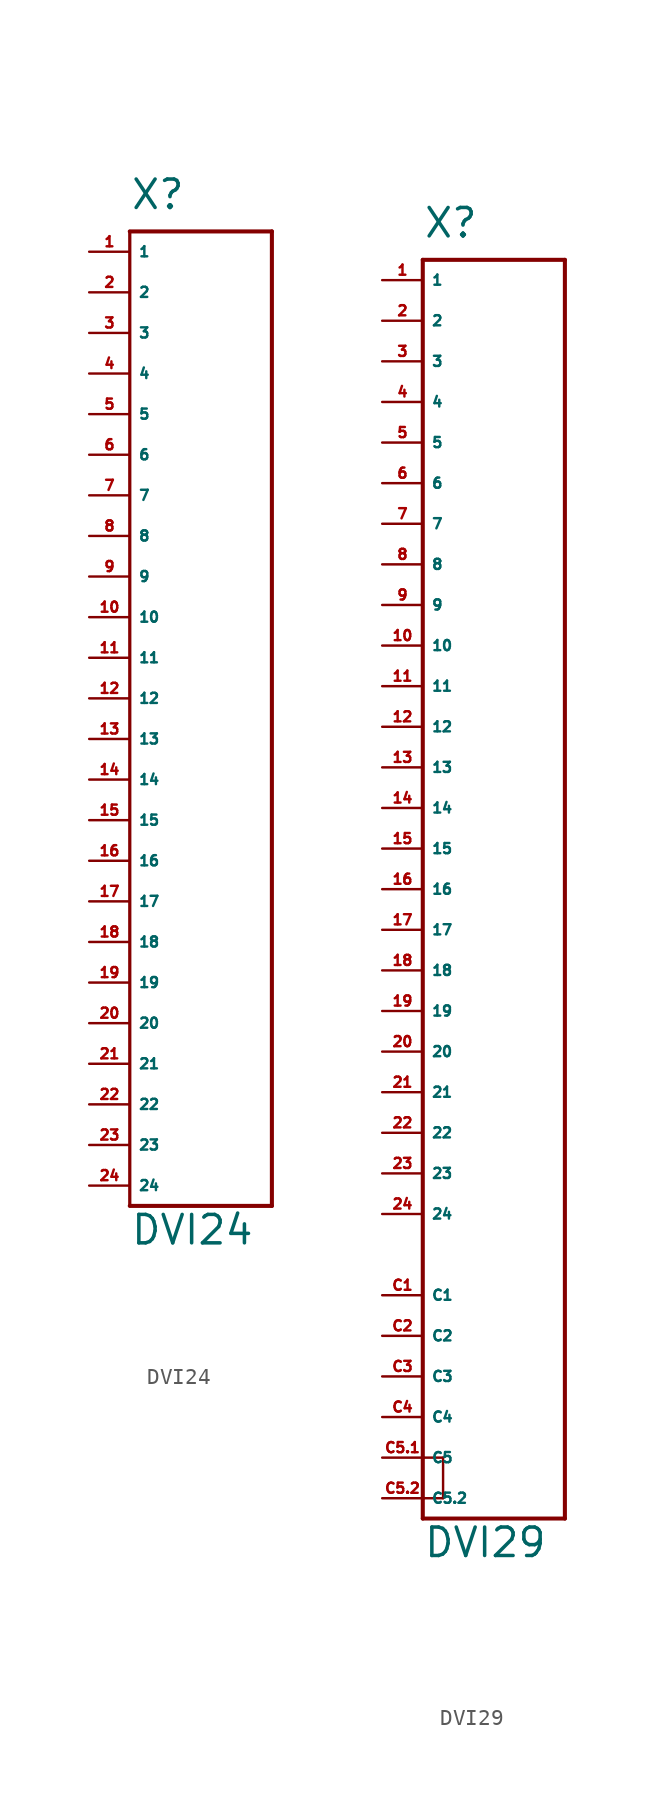
<source format=kicad_sym>
(kicad_symbol_lib
  (version 20220914)
  (generator Eagle2Kicad)
  (symbol "DVI24"
    (property "Reference" "X"
      (at -5.08 30.48 0)
      (effects (font (size 1.778 1.778) (thickness 0.22)) (justify left bottom)))
    (property "Value" "DVI24"
      (at -5.08 -34.29 0)
      (effects (font (size 1.778 1.778) (thickness 0.22)) (justify left bottom)))
    (polyline
      (pts (xy -5.08 29.21) (xy 3.81 29.21))
      (stroke (width 0.254) (type default))
      (fill (type none)))
    (polyline
      (pts (xy 3.81 29.21) (xy 3.81 -31.75))
      (stroke (width 0.254) (type default))
      (fill (type none)))
    (polyline
      (pts (xy 3.81 -31.75) (xy -5.08 -31.75))
      (stroke (width 0.254) (type default))
      (fill (type none)))
    (polyline
      (pts (xy -5.08 29.21) (xy -5.08 -31.75))
      (stroke (width 0.203) (type default))
      (fill (type none)))
    (pin passive line
      (at -7.62 27.94 0)
      (length 2.54)
      (name "1" (effects (font (size 0.635 0.635) (thickness 0.08)) (justify left bottom)))
      (number "1" (effects (font (size 0.635 0.635) (thickness 0.08)) (justify left bottom))))
    (pin passive line
      (at -7.62 25.4 0)
      (length 2.54)
      (name "2" (effects (font (size 0.635 0.635) (thickness 0.08)) (justify left bottom)))
      (number "2" (effects (font (size 0.635 0.635) (thickness 0.08)) (justify left bottom))))
    (pin passive line
      (at -7.62 22.86 0)
      (length 2.54)
      (name "3" (effects (font (size 0.635 0.635) (thickness 0.08)) (justify left bottom)))
      (number "3" (effects (font (size 0.635 0.635) (thickness 0.08)) (justify left bottom))))
    (pin passive line
      (at -7.62 20.32 0)
      (length 2.54)
      (name "4" (effects (font (size 0.635 0.635) (thickness 0.08)) (justify left bottom)))
      (number "4" (effects (font (size 0.635 0.635) (thickness 0.08)) (justify left bottom))))
    (pin passive line
      (at -7.62 17.78 0)
      (length 2.54)
      (name "5" (effects (font (size 0.635 0.635) (thickness 0.08)) (justify left bottom)))
      (number "5" (effects (font (size 0.635 0.635) (thickness 0.08)) (justify left bottom))))
    (pin passive line
      (at -7.62 15.24 0)
      (length 2.54)
      (name "6" (effects (font (size 0.635 0.635) (thickness 0.08)) (justify left bottom)))
      (number "6" (effects (font (size 0.635 0.635) (thickness 0.08)) (justify left bottom))))
    (pin passive line
      (at -7.62 12.7 0)
      (length 2.54)
      (name "7" (effects (font (size 0.635 0.635) (thickness 0.08)) (justify left bottom)))
      (number "7" (effects (font (size 0.635 0.635) (thickness 0.08)) (justify left bottom))))
    (pin passive line
      (at -7.62 10.16 0)
      (length 2.54)
      (name "8" (effects (font (size 0.635 0.635) (thickness 0.08)) (justify left bottom)))
      (number "8" (effects (font (size 0.635 0.635) (thickness 0.08)) (justify left bottom))))
    (pin passive line
      (at -7.62 7.62 0)
      (length 2.54)
      (name "9" (effects (font (size 0.635 0.635) (thickness 0.08)) (justify left bottom)))
      (number "9" (effects (font (size 0.635 0.635) (thickness 0.08)) (justify left bottom))))
    (pin passive line
      (at -7.62 5.08 0)
      (length 2.54)
      (name "10" (effects (font (size 0.635 0.635) (thickness 0.08)) (justify left bottom)))
      (number "10" (effects (font (size 0.635 0.635) (thickness 0.08)) (justify left bottom))))
    (pin passive line
      (at -7.62 2.54 0)
      (length 2.54)
      (name "11" (effects (font (size 0.635 0.635) (thickness 0.08)) (justify left bottom)))
      (number "11" (effects (font (size 0.635 0.635) (thickness 0.08)) (justify left bottom))))
    (pin passive line
      (at -7.62 0 0)
      (length 2.54)
      (name "12" (effects (font (size 0.635 0.635) (thickness 0.08)) (justify left bottom)))
      (number "12" (effects (font (size 0.635 0.635) (thickness 0.08)) (justify left bottom))))
    (pin passive line
      (at -7.62 -2.54 0)
      (length 2.54)
      (name "13" (effects (font (size 0.635 0.635) (thickness 0.08)) (justify left bottom)))
      (number "13" (effects (font (size 0.635 0.635) (thickness 0.08)) (justify left bottom))))
    (pin passive line
      (at -7.62 -5.08 0)
      (length 2.54)
      (name "14" (effects (font (size 0.635 0.635) (thickness 0.08)) (justify left bottom)))
      (number "14" (effects (font (size 0.635 0.635) (thickness 0.08)) (justify left bottom))))
    (pin passive line
      (at -7.62 -7.62 0)
      (length 2.54)
      (name "15" (effects (font (size 0.635 0.635) (thickness 0.08)) (justify left bottom)))
      (number "15" (effects (font (size 0.635 0.635) (thickness 0.08)) (justify left bottom))))
    (pin passive line
      (at -7.62 -10.16 0)
      (length 2.54)
      (name "16" (effects (font (size 0.635 0.635) (thickness 0.08)) (justify left bottom)))
      (number "16" (effects (font (size 0.635 0.635) (thickness 0.08)) (justify left bottom))))
    (pin passive line
      (at -7.62 -12.7 0)
      (length 2.54)
      (name "17" (effects (font (size 0.635 0.635) (thickness 0.08)) (justify left bottom)))
      (number "17" (effects (font (size 0.635 0.635) (thickness 0.08)) (justify left bottom))))
    (pin passive line
      (at -7.62 -15.24 0)
      (length 2.54)
      (name "18" (effects (font (size 0.635 0.635) (thickness 0.08)) (justify left bottom)))
      (number "18" (effects (font (size 0.635 0.635) (thickness 0.08)) (justify left bottom))))
    (pin passive line
      (at -7.62 -17.78 0)
      (length 2.54)
      (name "19" (effects (font (size 0.635 0.635) (thickness 0.08)) (justify left bottom)))
      (number "19" (effects (font (size 0.635 0.635) (thickness 0.08)) (justify left bottom))))
    (pin passive line
      (at -7.62 -20.32 0)
      (length 2.54)
      (name "20" (effects (font (size 0.635 0.635) (thickness 0.08)) (justify left bottom)))
      (number "20" (effects (font (size 0.635 0.635) (thickness 0.08)) (justify left bottom))))
    (pin passive line
      (at -7.62 -22.86 0)
      (length 2.54)
      (name "21" (effects (font (size 0.635 0.635) (thickness 0.08)) (justify left bottom)))
      (number "21" (effects (font (size 0.635 0.635) (thickness 0.08)) (justify left bottom))))
    (pin passive line
      (at -7.62 -25.4 0)
      (length 2.54)
      (name "22" (effects (font (size 0.635 0.635) (thickness 0.08)) (justify left bottom)))
      (number "22" (effects (font (size 0.635 0.635) (thickness 0.08)) (justify left bottom))))
    (pin passive line
      (at -7.62 -27.94 0)
      (length 2.54)
      (name "23" (effects (font (size 0.635 0.635) (thickness 0.08)) (justify left bottom)))
      (number "23" (effects (font (size 0.635 0.635) (thickness 0.08)) (justify left bottom))))
    (pin passive line
      (at -7.62 -30.48 0)
      (length 2.54)
      (name "24" (effects (font (size 0.635 0.635) (thickness 0.08)) (justify left bottom)))
      (number "24" (effects (font (size 0.635 0.635) (thickness 0.08)) (justify left bottom)))))
  (symbol "DVI29"
    (property "Reference" "X"
      (at -5.08 38.1 0)
      (effects (font (size 1.778 1.778) (thickness 0.22)) (justify left bottom)))
    (property "Value" "DVI29"
      (at -5.08 -44.45 0)
      (effects (font (size 1.778 1.778) (thickness 0.22)) (justify left bottom)))
    (polyline
      (pts (xy -5.08 36.83) (xy 3.81 36.83))
      (stroke (width 0.254) (type default))
      (fill (type none)))
    (polyline
      (pts (xy 3.81 36.83) (xy 3.81 -41.91))
      (stroke (width 0.254) (type default))
      (fill (type none)))
    (polyline
      (pts (xy 3.81 -41.91) (xy -5.08 -41.91))
      (stroke (width 0.254) (type default))
      (fill (type none)))
    (polyline
      (pts (xy -5.08 -41.91) (xy -5.08 -40.64))
      (stroke (width 0.254) (type default))
      (fill (type none)))
    (polyline
      (pts (xy -5.08 -40.64) (xy -5.08 -38.1))
      (stroke (width 0.254) (type default))
      (fill (type none)))
    (polyline
      (pts (xy -5.08 -38.1) (xy -5.08 36.83))
      (stroke (width 0.254) (type default))
      (fill (type none)))
    (polyline
      (pts (xy -5.08 -40.64) (xy -3.81 -40.64))
      (stroke (width 0.152) (type default))
      (fill (type none)))
    (polyline
      (pts (xy -3.81 -40.64) (xy -3.81 -38.1))
      (stroke (width 0.152) (type default))
      (fill (type none)))
    (polyline
      (pts (xy -3.81 -38.1) (xy -5.08 -38.1))
      (stroke (width 0.152) (type default))
      (fill (type none)))
    (pin passive line
      (at -7.62 35.56 0)
      (length 2.54)
      (name "1" (effects (font (size 0.635 0.635) (thickness 0.08)) (justify left bottom)))
      (number "1" (effects (font (size 0.635 0.635) (thickness 0.08)) (justify left bottom))))
    (pin passive line
      (at -7.62 33.02 0)
      (length 2.54)
      (name "2" (effects (font (size 0.635 0.635) (thickness 0.08)) (justify left bottom)))
      (number "2" (effects (font (size 0.635 0.635) (thickness 0.08)) (justify left bottom))))
    (pin passive line
      (at -7.62 30.48 0)
      (length 2.54)
      (name "3" (effects (font (size 0.635 0.635) (thickness 0.08)) (justify left bottom)))
      (number "3" (effects (font (size 0.635 0.635) (thickness 0.08)) (justify left bottom))))
    (pin passive line
      (at -7.62 27.94 0)
      (length 2.54)
      (name "4" (effects (font (size 0.635 0.635) (thickness 0.08)) (justify left bottom)))
      (number "4" (effects (font (size 0.635 0.635) (thickness 0.08)) (justify left bottom))))
    (pin passive line
      (at -7.62 25.4 0)
      (length 2.54)
      (name "5" (effects (font (size 0.635 0.635) (thickness 0.08)) (justify left bottom)))
      (number "5" (effects (font (size 0.635 0.635) (thickness 0.08)) (justify left bottom))))
    (pin passive line
      (at -7.62 22.86 0)
      (length 2.54)
      (name "6" (effects (font (size 0.635 0.635) (thickness 0.08)) (justify left bottom)))
      (number "6" (effects (font (size 0.635 0.635) (thickness 0.08)) (justify left bottom))))
    (pin passive line
      (at -7.62 20.32 0)
      (length 2.54)
      (name "7" (effects (font (size 0.635 0.635) (thickness 0.08)) (justify left bottom)))
      (number "7" (effects (font (size 0.635 0.635) (thickness 0.08)) (justify left bottom))))
    (pin passive line
      (at -7.62 17.78 0)
      (length 2.54)
      (name "8" (effects (font (size 0.635 0.635) (thickness 0.08)) (justify left bottom)))
      (number "8" (effects (font (size 0.635 0.635) (thickness 0.08)) (justify left bottom))))
    (pin passive line
      (at -7.62 15.24 0)
      (length 2.54)
      (name "9" (effects (font (size 0.635 0.635) (thickness 0.08)) (justify left bottom)))
      (number "9" (effects (font (size 0.635 0.635) (thickness 0.08)) (justify left bottom))))
    (pin passive line
      (at -7.62 12.7 0)
      (length 2.54)
      (name "10" (effects (font (size 0.635 0.635) (thickness 0.08)) (justify left bottom)))
      (number "10" (effects (font (size 0.635 0.635) (thickness 0.08)) (justify left bottom))))
    (pin passive line
      (at -7.62 10.16 0)
      (length 2.54)
      (name "11" (effects (font (size 0.635 0.635) (thickness 0.08)) (justify left bottom)))
      (number "11" (effects (font (size 0.635 0.635) (thickness 0.08)) (justify left bottom))))
    (pin passive line
      (at -7.62 7.62 0)
      (length 2.54)
      (name "12" (effects (font (size 0.635 0.635) (thickness 0.08)) (justify left bottom)))
      (number "12" (effects (font (size 0.635 0.635) (thickness 0.08)) (justify left bottom))))
    (pin passive line
      (at -7.62 5.08 0)
      (length 2.54)
      (name "13" (effects (font (size 0.635 0.635) (thickness 0.08)) (justify left bottom)))
      (number "13" (effects (font (size 0.635 0.635) (thickness 0.08)) (justify left bottom))))
    (pin passive line
      (at -7.62 2.54 0)
      (length 2.54)
      (name "14" (effects (font (size 0.635 0.635) (thickness 0.08)) (justify left bottom)))
      (number "14" (effects (font (size 0.635 0.635) (thickness 0.08)) (justify left bottom))))
    (pin passive line
      (at -7.62 0 0)
      (length 2.54)
      (name "15" (effects (font (size 0.635 0.635) (thickness 0.08)) (justify left bottom)))
      (number "15" (effects (font (size 0.635 0.635) (thickness 0.08)) (justify left bottom))))
    (pin passive line
      (at -7.62 -2.54 0)
      (length 2.54)
      (name "16" (effects (font (size 0.635 0.635) (thickness 0.08)) (justify left bottom)))
      (number "16" (effects (font (size 0.635 0.635) (thickness 0.08)) (justify left bottom))))
    (pin passive line
      (at -7.62 -5.08 0)
      (length 2.54)
      (name "17" (effects (font (size 0.635 0.635) (thickness 0.08)) (justify left bottom)))
      (number "17" (effects (font (size 0.635 0.635) (thickness 0.08)) (justify left bottom))))
    (pin passive line
      (at -7.62 -7.62 0)
      (length 2.54)
      (name "18" (effects (font (size 0.635 0.635) (thickness 0.08)) (justify left bottom)))
      (number "18" (effects (font (size 0.635 0.635) (thickness 0.08)) (justify left bottom))))
    (pin passive line
      (at -7.62 -10.16 0)
      (length 2.54)
      (name "19" (effects (font (size 0.635 0.635) (thickness 0.08)) (justify left bottom)))
      (number "19" (effects (font (size 0.635 0.635) (thickness 0.08)) (justify left bottom))))
    (pin passive line
      (at -7.62 -12.7 0)
      (length 2.54)
      (name "20" (effects (font (size 0.635 0.635) (thickness 0.08)) (justify left bottom)))
      (number "20" (effects (font (size 0.635 0.635) (thickness 0.08)) (justify left bottom))))
    (pin passive line
      (at -7.62 -15.24 0)
      (length 2.54)
      (name "21" (effects (font (size 0.635 0.635) (thickness 0.08)) (justify left bottom)))
      (number "21" (effects (font (size 0.635 0.635) (thickness 0.08)) (justify left bottom))))
    (pin passive line
      (at -7.62 -17.78 0)
      (length 2.54)
      (name "22" (effects (font (size 0.635 0.635) (thickness 0.08)) (justify left bottom)))
      (number "22" (effects (font (size 0.635 0.635) (thickness 0.08)) (justify left bottom))))
    (pin passive line
      (at -7.62 -20.32 0)
      (length 2.54)
      (name "23" (effects (font (size 0.635 0.635) (thickness 0.08)) (justify left bottom)))
      (number "23" (effects (font (size 0.635 0.635) (thickness 0.08)) (justify left bottom))))
    (pin passive line
      (at -7.62 -22.86 0)
      (length 2.54)
      (name "24" (effects (font (size 0.635 0.635) (thickness 0.08)) (justify left bottom)))
      (number "24" (effects (font (size 0.635 0.635) (thickness 0.08)) (justify left bottom))))
    (pin passive line
      (at -7.62 -27.94 0)
      (length 2.54)
      (name "C1" (effects (font (size 0.635 0.635) (thickness 0.08)) (justify left bottom)))
      (number "C1" (effects (font (size 0.635 0.635) (thickness 0.08)) (justify left bottom))))
    (pin passive line
      (at -7.62 -30.48 0)
      (length 2.54)
      (name "C2" (effects (font (size 0.635 0.635) (thickness 0.08)) (justify left bottom)))
      (number "C2" (effects (font (size 0.635 0.635) (thickness 0.08)) (justify left bottom))))
    (pin passive line
      (at -7.62 -33.02 0)
      (length 2.54)
      (name "C3" (effects (font (size 0.635 0.635) (thickness 0.08)) (justify left bottom)))
      (number "C3" (effects (font (size 0.635 0.635) (thickness 0.08)) (justify left bottom))))
    (pin passive line
      (at -7.62 -35.56 0)
      (length 2.54)
      (name "C4" (effects (font (size 0.635 0.635) (thickness 0.08)) (justify left bottom)))
      (number "C4" (effects (font (size 0.635 0.635) (thickness 0.08)) (justify left bottom))))
    (pin passive line
      (at -7.62 -38.1 0)
      (length 2.54)
      (name "C5" (effects (font (size 0.635 0.635) (thickness 0.08)) (justify left bottom)))
      (number "C5.1" (effects (font (size 0.635 0.635) (thickness 0.08)) (justify left bottom))))
    (pin passive line
      (at -7.62 -40.64 0)
      (length 2.54)
      (name "C5.2" (effects (font (size 0.635 0.635) (thickness 0.08)) (justify left bottom)))
      (number "C5.2" (effects (font (size 0.635 0.635) (thickness 0.08)) (justify left bottom))))))
</source>
